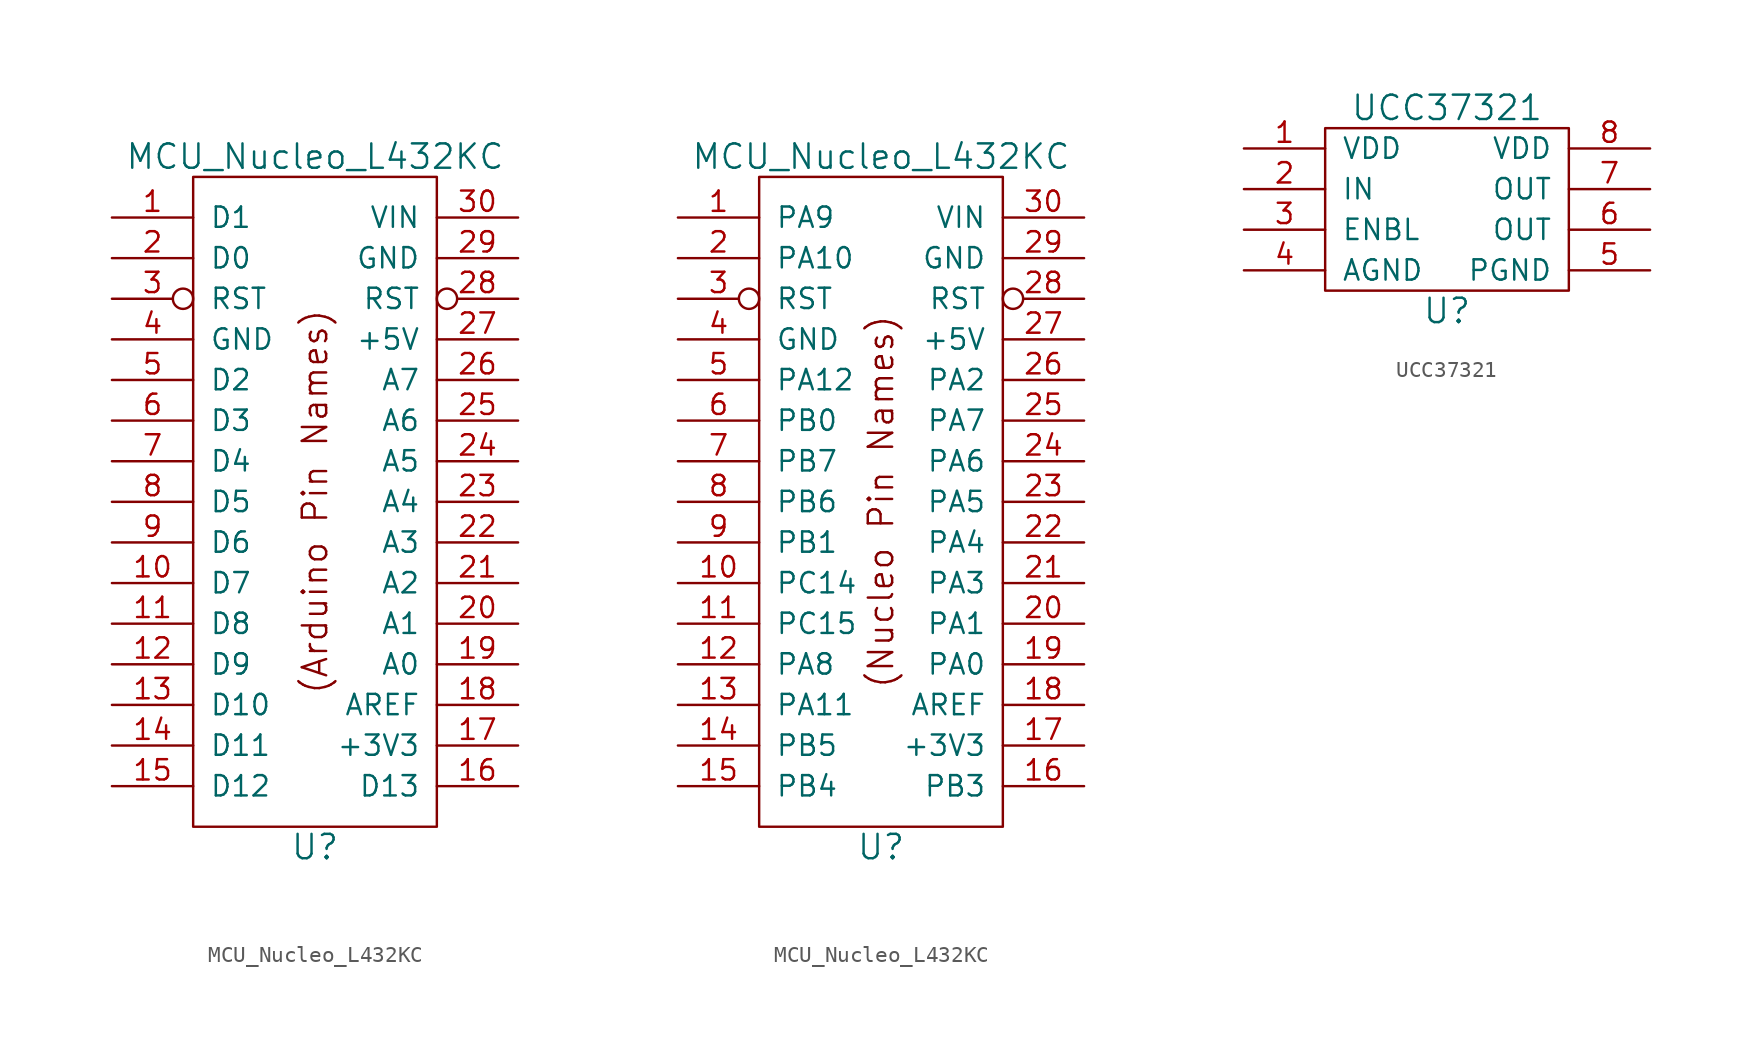
<source format=kicad_sym>
(kicad_symbol_lib
  (version 20211014)
  (generator kicad_symbol_editor)
  (symbol "MCU_Nucleo_L432KC"
    (pin_names
      (offset 1.016))
    (property "Reference" "U"
      (at 0 -21.59 0)
      (effects (font (size 1.524 1.524))))
    (property "Value" "MCU_Nucleo_L432KC"
      (at 0 21.59 0)
      (effects (font (size 1.524 1.524))))
    (symbol "MCU_Nucleo_L432KC_0_0"
      (rectangle (start -7.62 20.32) (end 7.62 -20.32) (stroke (width 0) (type default) (color 0 0 0 0)) (fill (type none))))
    (symbol "MCU_Nucleo_L432KC_0_1"
      (text "(Arduino Pin Names)" (at 0 0 900) (effects (font (size 1.524 1.524)))))
    (symbol "MCU_Nucleo_L432KC_0_2"
      (text "(Nucleo Pin Names)" (at 0 0 900) (effects (font (size 1.524 1.524)))))
    (symbol "MCU_Nucleo_L432KC_1_1"
      (pin bidirectional line (at -12.7 17.78 0) (length 5.08) (name "D1" (effects (font (size 1.27 1.27)))) (number "1" (effects (font (size 1.27 1.27)))))
      (pin bidirectional line (at -12.7 -5.08 0) (length 5.08) (name "D7" (effects (font (size 1.27 1.27)))) (number "10" (effects (font (size 1.27 1.27)))))
      (pin bidirectional line (at -12.7 -7.62 0) (length 5.08) (name "D8" (effects (font (size 1.27 1.27)))) (number "11" (effects (font (size 1.27 1.27)))))
      (pin bidirectional line (at -12.7 -10.16 0) (length 5.08) (name "D9" (effects (font (size 1.27 1.27)))) (number "12" (effects (font (size 1.27 1.27)))))
      (pin bidirectional line (at -12.7 -12.7 0) (length 5.08) (name "D10" (effects (font (size 1.27 1.27)))) (number "13" (effects (font (size 1.27 1.27)))))
      (pin bidirectional line (at -12.7 -15.24 0) (length 5.08) (name "D11" (effects (font (size 1.27 1.27)))) (number "14" (effects (font (size 1.27 1.27)))))
      (pin bidirectional line (at -12.7 -17.78 0) (length 5.08) (name "D12" (effects (font (size 1.27 1.27)))) (number "15" (effects (font (size 1.27 1.27)))))
      (pin bidirectional line (at 12.7 -17.78 180) (length 5.08) (name "D13" (effects (font (size 1.27 1.27)))) (number "16" (effects (font (size 1.27 1.27)))))
      (pin power_out line (at 12.7 -15.24 180) (length 5.08) (name "+3V3" (effects (font (size 1.27 1.27)))) (number "17" (effects (font (size 1.27 1.27)))))
      (pin input line (at 12.7 -12.7 180) (length 5.08) (name "AREF" (effects (font (size 1.27 1.27)))) (number "18" (effects (font (size 1.27 1.27)))))
      (pin bidirectional line (at 12.7 -10.16 180) (length 5.08) (name "A0" (effects (font (size 1.27 1.27)))) (number "19" (effects (font (size 1.27 1.27)))))
      (pin bidirectional line (at -12.7 15.24 0) (length 5.08) (name "D0" (effects (font (size 1.27 1.27)))) (number "2" (effects (font (size 1.27 1.27)))))
      (pin bidirectional line (at 12.7 -7.62 180) (length 5.08) (name "A1" (effects (font (size 1.27 1.27)))) (number "20" (effects (font (size 1.27 1.27)))))
      (pin bidirectional line (at 12.7 -5.08 180) (length 5.08) (name "A2" (effects (font (size 1.27 1.27)))) (number "21" (effects (font (size 1.27 1.27)))))
      (pin bidirectional line (at 12.7 -2.54 180) (length 5.08) (name "A3" (effects (font (size 1.27 1.27)))) (number "22" (effects (font (size 1.27 1.27)))))
      (pin bidirectional line (at 12.7 0 180) (length 5.08) (name "A4" (effects (font (size 1.27 1.27)))) (number "23" (effects (font (size 1.27 1.27)))))
      (pin bidirectional line (at 12.7 2.54 180) (length 5.08) (name "A5" (effects (font (size 1.27 1.27)))) (number "24" (effects (font (size 1.27 1.27)))))
      (pin bidirectional line (at 12.7 5.08 180) (length 5.08) (name "A6" (effects (font (size 1.27 1.27)))) (number "25" (effects (font (size 1.27 1.27)))))
      (pin bidirectional line (at 12.7 7.62 180) (length 5.08) (name "A7" (effects (font (size 1.27 1.27)))) (number "26" (effects (font (size 1.27 1.27)))))
      (pin power_in line (at 12.7 10.16 180) (length 5.08) (name "+5V" (effects (font (size 1.27 1.27)))) (number "27" (effects (font (size 1.27 1.27)))))
      (pin input inverted (at 12.7 12.7 180) (length 5.08) (name "RST" (effects (font (size 1.27 1.27)))) (number "28" (effects (font (size 1.27 1.27)))))
      (pin power_in line (at 12.7 15.24 180) (length 5.08) (name "GND" (effects (font (size 1.27 1.27)))) (number "29" (effects (font (size 1.27 1.27)))))
      (pin input inverted (at -12.7 12.7 0) (length 5.08) (name "RST" (effects (font (size 1.27 1.27)))) (number "3" (effects (font (size 1.27 1.27)))))
      (pin power_in line (at 12.7 17.78 180) (length 5.08) (name "VIN" (effects (font (size 1.27 1.27)))) (number "30" (effects (font (size 1.27 1.27)))))
      (pin power_in line (at -12.7 10.16 0) (length 5.08) (name "GND" (effects (font (size 1.27 1.27)))) (number "4" (effects (font (size 1.27 1.27)))))
      (pin bidirectional line (at -12.7 7.62 0) (length 5.08) (name "D2" (effects (font (size 1.27 1.27)))) (number "5" (effects (font (size 1.27 1.27)))))
      (pin bidirectional line (at -12.7 5.08 0) (length 5.08) (name "D3" (effects (font (size 1.27 1.27)))) (number "6" (effects (font (size 1.27 1.27)))))
      (pin bidirectional line (at -12.7 2.54 0) (length 5.08) (name "D4" (effects (font (size 1.27 1.27)))) (number "7" (effects (font (size 1.27 1.27)))))
      (pin bidirectional line (at -12.7 0 0) (length 5.08) (name "D5" (effects (font (size 1.27 1.27)))) (number "8" (effects (font (size 1.27 1.27)))))
      (pin bidirectional line (at -12.7 -2.54 0) (length 5.08) (name "D6" (effects (font (size 1.27 1.27)))) (number "9" (effects (font (size 1.27 1.27))))))
    (symbol "MCU_Nucleo_L432KC_1_2"
      (pin bidirectional line (at -12.7 17.78 0) (length 5.08) (name "PA9" (effects (font (size 1.27 1.27)))) (number "1" (effects (font (size 1.27 1.27)))))
      (pin bidirectional line (at -12.7 -5.08 0) (length 5.08) (name "PC14" (effects (font (size 1.27 1.27)))) (number "10" (effects (font (size 1.27 1.27)))))
      (pin bidirectional line (at -12.7 -7.62 0) (length 5.08) (name "PC15" (effects (font (size 1.27 1.27)))) (number "11" (effects (font (size 1.27 1.27)))))
      (pin bidirectional line (at -12.7 -10.16 0) (length 5.08) (name "PA8" (effects (font (size 1.27 1.27)))) (number "12" (effects (font (size 1.27 1.27)))))
      (pin bidirectional line (at -12.7 -12.7 0) (length 5.08) (name "PA11" (effects (font (size 1.27 1.27)))) (number "13" (effects (font (size 1.27 1.27)))))
      (pin bidirectional line (at -12.7 -15.24 0) (length 5.08) (name "PB5" (effects (font (size 1.27 1.27)))) (number "14" (effects (font (size 1.27 1.27)))))
      (pin bidirectional line (at -12.7 -17.78 0) (length 5.08) (name "PB4" (effects (font (size 1.27 1.27)))) (number "15" (effects (font (size 1.27 1.27)))))
      (pin bidirectional line (at 12.7 -17.78 180) (length 5.08) (name "PB3" (effects (font (size 1.27 1.27)))) (number "16" (effects (font (size 1.27 1.27)))))
      (pin power_out line (at 12.7 -15.24 180) (length 5.08) (name "+3V3" (effects (font (size 1.27 1.27)))) (number "17" (effects (font (size 1.27 1.27)))))
      (pin input line (at 12.7 -12.7 180) (length 5.08) (name "AREF" (effects (font (size 1.27 1.27)))) (number "18" (effects (font (size 1.27 1.27)))))
      (pin bidirectional line (at 12.7 -10.16 180) (length 5.08) (name "PA0" (effects (font (size 1.27 1.27)))) (number "19" (effects (font (size 1.27 1.27)))))
      (pin bidirectional line (at -12.7 15.24 0) (length 5.08) (name "PA10" (effects (font (size 1.27 1.27)))) (number "2" (effects (font (size 1.27 1.27)))))
      (pin bidirectional line (at 12.7 -7.62 180) (length 5.08) (name "PA1" (effects (font (size 1.27 1.27)))) (number "20" (effects (font (size 1.27 1.27)))))
      (pin bidirectional line (at 12.7 -5.08 180) (length 5.08) (name "PA3" (effects (font (size 1.27 1.27)))) (number "21" (effects (font (size 1.27 1.27)))))
      (pin bidirectional line (at 12.7 -2.54 180) (length 5.08) (name "PA4" (effects (font (size 1.27 1.27)))) (number "22" (effects (font (size 1.27 1.27)))))
      (pin bidirectional line (at 12.7 0 180) (length 5.08) (name "PA5" (effects (font (size 1.27 1.27)))) (number "23" (effects (font (size 1.27 1.27)))))
      (pin bidirectional line (at 12.7 2.54 180) (length 5.08) (name "PA6" (effects (font (size 1.27 1.27)))) (number "24" (effects (font (size 1.27 1.27)))))
      (pin bidirectional line (at 12.7 5.08 180) (length 5.08) (name "PA7" (effects (font (size 1.27 1.27)))) (number "25" (effects (font (size 1.27 1.27)))))
      (pin bidirectional line (at 12.7 7.62 180) (length 5.08) (name "PA2" (effects (font (size 1.27 1.27)))) (number "26" (effects (font (size 1.27 1.27)))))
      (pin power_out line (at 12.7 10.16 180) (length 5.08) (name "+5V" (effects (font (size 1.27 1.27)))) (number "27" (effects (font (size 1.27 1.27)))))
      (pin input inverted (at 12.7 12.7 180) (length 5.08) (name "RST" (effects (font (size 1.27 1.27)))) (number "28" (effects (font (size 1.27 1.27)))))
      (pin power_in line (at 12.7 15.24 180) (length 5.08) (name "GND" (effects (font (size 1.27 1.27)))) (number "29" (effects (font (size 1.27 1.27)))))
      (pin input inverted (at -12.7 12.7 0) (length 5.08) (name "RST" (effects (font (size 1.27 1.27)))) (number "3" (effects (font (size 1.27 1.27)))))
      (pin power_in line (at 12.7 17.78 180) (length 5.08) (name "VIN" (effects (font (size 1.27 1.27)))) (number "30" (effects (font (size 1.27 1.27)))))
      (pin power_in line (at -12.7 10.16 0) (length 5.08) (name "GND" (effects (font (size 1.27 1.27)))) (number "4" (effects (font (size 1.27 1.27)))))
      (pin bidirectional line (at -12.7 7.62 0) (length 5.08) (name "PA12" (effects (font (size 1.27 1.27)))) (number "5" (effects (font (size 1.27 1.27)))))
      (pin bidirectional line (at -12.7 5.08 0) (length 5.08) (name "PB0" (effects (font (size 1.27 1.27)))) (number "6" (effects (font (size 1.27 1.27)))))
      (pin bidirectional line (at -12.7 2.54 0) (length 5.08) (name "PB7" (effects (font (size 1.27 1.27)))) (number "7" (effects (font (size 1.27 1.27)))))
      (pin bidirectional line (at -12.7 0 0) (length 5.08) (name "PB6" (effects (font (size 1.27 1.27)))) (number "8" (effects (font (size 1.27 1.27)))))
      (pin bidirectional line (at -12.7 -2.54 0) (length 5.08) (name "PB1" (effects (font (size 1.27 1.27)))) (number "9" (effects (font (size 1.27 1.27)))))))
  (symbol "UCC37321"
    (pin_names
      (offset 1.016))
    (property "Reference" "U"
      (at 0 -6.35 0)
      (effects (font (size 1.524 1.524))))
    (property "Value" "UCC37321"
      (at 0 6.35 0)
      (effects (font (size 1.524 1.524))))
    (symbol "UCC37321_0_1"
      (rectangle (start -7.62 5.08) (end 7.62 -5.08) (stroke (width 0) (type default) (color 0 0 0 0)) (fill (type none))))
    (symbol "UCC37321_1_1"
      (pin power_in line (at -12.7 3.81 0) (length 5.08) (name "VDD" (effects (font (size 1.27 1.27)))) (number "1" (effects (font (size 1.27 1.27)))))
      (pin input line (at -12.7 1.27 0) (length 5.08) (name "IN" (effects (font (size 1.27 1.27)))) (number "2" (effects (font (size 1.27 1.27)))))
      (pin input line (at -12.7 -1.27 0) (length 5.08) (name "ENBL" (effects (font (size 1.27 1.27)))) (number "3" (effects (font (size 1.27 1.27)))))
      (pin power_in line (at -12.7 -3.81 0) (length 5.08) (name "AGND" (effects (font (size 1.27 1.27)))) (number "4" (effects (font (size 1.27 1.27)))))
      (pin power_in line (at 12.7 -3.81 180) (length 5.08) (name "PGND" (effects (font (size 1.27 1.27)))) (number "5" (effects (font (size 1.27 1.27)))))
      (pin bidirectional line (at 12.7 -1.27 180) (length 5.08) (name "OUT" (effects (font (size 1.27 1.27)))) (number "6" (effects (font (size 1.27 1.27)))))
      (pin bidirectional line (at 12.7 1.27 180) (length 5.08) (name "OUT" (effects (font (size 1.27 1.27)))) (number "7" (effects (font (size 1.27 1.27)))))
      (pin power_in line (at 12.7 3.81 180) (length 5.08) (name "VDD" (effects (font (size 1.27 1.27)))) (number "8" (effects (font (size 1.27 1.27))))))))
</source>
